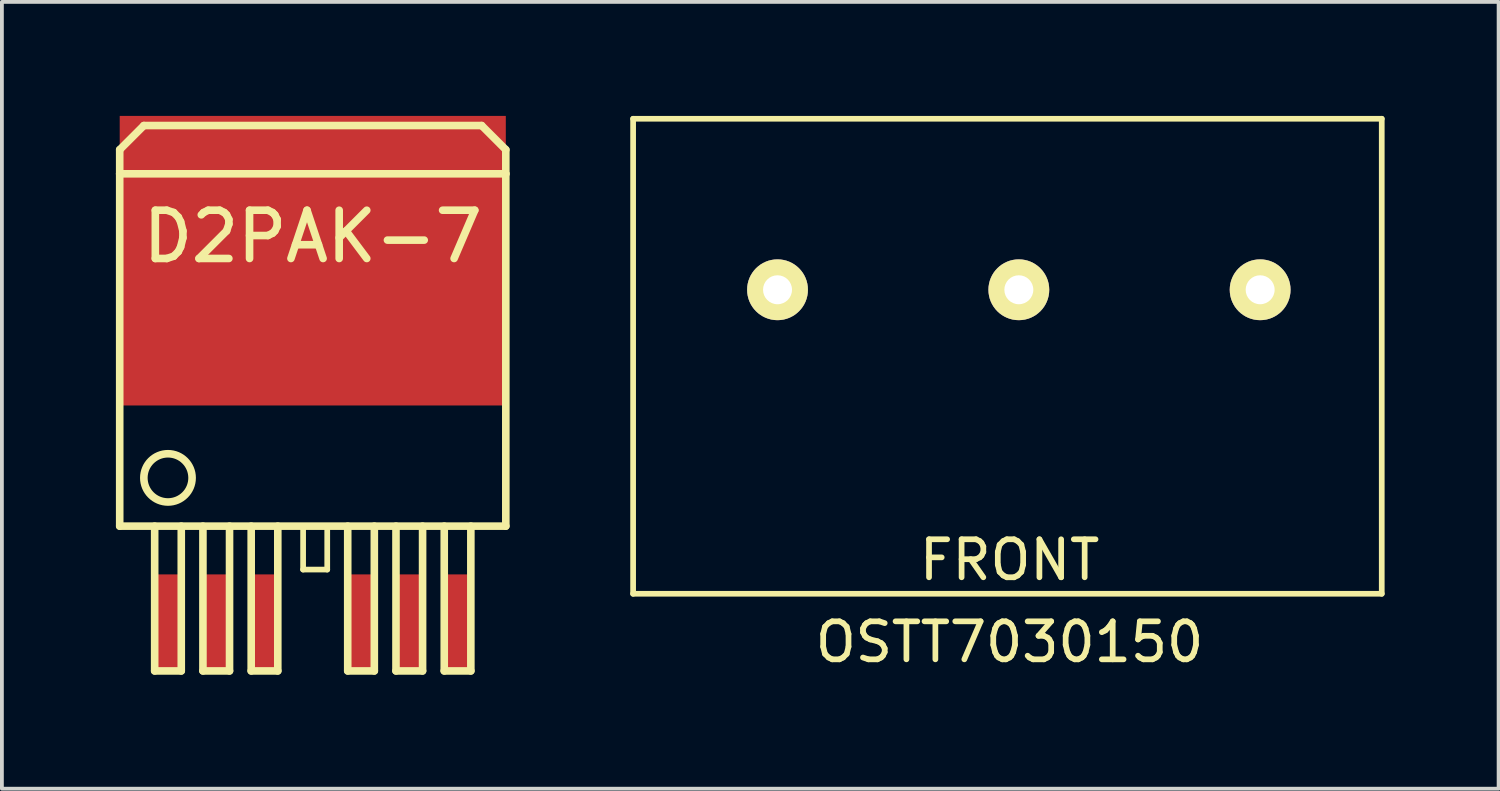
<source format=kicad_pcb>
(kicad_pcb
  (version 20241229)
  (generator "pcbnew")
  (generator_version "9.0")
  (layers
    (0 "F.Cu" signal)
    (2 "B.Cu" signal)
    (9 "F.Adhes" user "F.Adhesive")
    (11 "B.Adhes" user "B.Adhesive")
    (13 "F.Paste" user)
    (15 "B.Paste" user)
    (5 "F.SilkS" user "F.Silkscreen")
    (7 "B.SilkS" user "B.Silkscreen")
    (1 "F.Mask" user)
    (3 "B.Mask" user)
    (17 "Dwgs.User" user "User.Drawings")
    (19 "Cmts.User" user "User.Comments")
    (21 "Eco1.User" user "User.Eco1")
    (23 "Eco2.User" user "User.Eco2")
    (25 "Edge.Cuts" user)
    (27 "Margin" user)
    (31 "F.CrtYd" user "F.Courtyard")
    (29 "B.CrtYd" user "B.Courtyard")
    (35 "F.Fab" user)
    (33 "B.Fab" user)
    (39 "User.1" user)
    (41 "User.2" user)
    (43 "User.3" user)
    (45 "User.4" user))
  (footprint "OSTT7030150"
    (layer "F.Cu")
    (at 13.61 12.575)
    (property "Reference" "OSTT7030150" (at 9.906 1.27 0) (layer "F.SilkS") (effects (font (size 1 1) (thickness 0.15))))
    (attr through_hole)
    (fp_line (start 0 -12.5) (end 0 0) (stroke (width 0.15) (type solid)) (layer "F.SilkS"))
    (fp_line (start 0 -12.5) (end 19.7 -12.5) (stroke (width 0.15) (type solid)) (layer "F.SilkS"))
    (fp_line (start 0 0) (end 19.7 0) (stroke (width 0.15) (type solid)) (layer "F.SilkS"))
    (fp_line (start 19.7 0) (end 19.7 -12.5) (stroke (width 0.15) (type solid)) (layer "F.SilkS"))
    (fp_text user "FRONT" (at 9.906 -0.889 0) (layer "F.SilkS") (effects (font (size 1 1) (thickness 0.15))))
    (pad "1" thru_hole circle (at 3.8 -8) (size 1.6 1.6) (drill 0.762) (layers "*.Cu" "*.Mask" "F.SilkS"))
    (pad "2" thru_hole circle (at 10.15 -8) (size 1.6 1.6) (drill 0.762) (layers "*.Cu" "*.Mask" "F.SilkS"))
    (pad "3" thru_hole circle (at 16.5 -8) (size 1.6 1.6) (drill 0.762) (layers "*.Cu" "*.Mask" "F.SilkS")))
  (footprint "D2PAK-7"
    (layer "F.Cu")
    (at 5.18 13.335)
    (property "Reference" "D2PAK-7" (at 0 -10.16 0) (layer "F.SilkS") (effects (font (size 1.27 1.27) (thickness 0.2))))
    (attr smd)
    (fp_line (start -5.08 -12.446) (end -4.445 -13.081) (stroke (width 0.2) (type solid)) (layer "F.SilkS"))
    (fp_line (start -5.08 -11.811) (end -5.08 -12.446) (stroke (width 0.2) (type solid)) (layer "F.SilkS"))
    (fp_line (start -5.08 -11.811) (end -5.08 -2.54) (stroke (width 0.2) (type solid)) (layer "F.SilkS"))
    (fp_line (start -5.08 -2.54) (end 5.08 -2.54) (stroke (width 0.2) (type solid)) (layer "F.SilkS"))
    (fp_line (start -4.445 -13.081) (end 4.445 -13.081) (stroke (width 0.2) (type solid)) (layer "F.SilkS"))
    (fp_line (start -4.16 -2.54) (end -4.16 1.27) (stroke (width 0.2) (type solid)) (layer "F.SilkS"))
    (fp_line (start -4.16 1.27) (end -3.46 1.27) (stroke (width 0.2) (type solid)) (layer "F.SilkS"))
    (fp_line (start -3.46 1.27) (end -3.46 -2.54) (stroke (width 0.2) (type solid)) (layer "F.SilkS"))
    (fp_line (start -2.89 -2.54) (end -2.89 1.27) (stroke (width 0.2) (type solid)) (layer "F.SilkS"))
    (fp_line (start -2.89 1.27) (end -2.19 1.27) (stroke (width 0.2) (type solid)) (layer "F.SilkS"))
    (fp_line (start -2.19 1.27) (end -2.19 -2.54) (stroke (width 0.2) (type solid)) (layer "F.SilkS"))
    (fp_line (start -1.62 -2.54) (end -1.62 1.27) (stroke (width 0.2) (type solid)) (layer "F.SilkS"))
    (fp_line (start -1.62 1.27) (end -0.92 1.27) (stroke (width 0.2) (type solid)) (layer "F.SilkS"))
    (fp_line (start -0.92 1.27) (end -0.92 -2.54) (stroke (width 0.2) (type solid)) (layer "F.SilkS"))
    (fp_line (start -0.254 -1.397) (end -0.254 -2.54) (stroke (width 0.15) (type solid)) (layer "F.SilkS"))
    (fp_line (start -0.254 -1.397) (end 0.381 -1.397) (stroke (width 0.15) (type solid)) (layer "F.SilkS"))
    (fp_line (start 0.381 -1.397) (end 0.381 -2.54) (stroke (width 0.15) (type solid)) (layer "F.SilkS"))
    (fp_line (start 0.92 -2.54) (end 0.92 1.27) (stroke (width 0.2) (type solid)) (layer "F.SilkS"))
    (fp_line (start 0.92 1.27) (end 1.62 1.27) (stroke (width 0.2) (type solid)) (layer "F.SilkS"))
    (fp_line (start 1.62 1.27) (end 1.62 -2.54) (stroke (width 0.2) (type solid)) (layer "F.SilkS"))
    (fp_line (start 2.19 -2.54) (end 2.19 1.27) (stroke (width 0.2) (type solid)) (layer "F.SilkS"))
    (fp_line (start 2.19 1.27) (end 2.89 1.27) (stroke (width 0.2) (type solid)) (layer "F.SilkS"))
    (fp_line (start 2.89 1.27) (end 2.89 -2.54) (stroke (width 0.2) (type solid)) (layer "F.SilkS"))
    (fp_line (start 3.46 -2.54) (end 3.46 1.27) (stroke (width 0.2) (type solid)) (layer "F.SilkS"))
    (fp_line (start 3.46 1.27) (end 4.16 1.27) (stroke (width 0.2) (type solid)) (layer "F.SilkS"))
    (fp_line (start 4.16 1.27) (end 4.16 -2.54) (stroke (width 0.2) (type solid)) (layer "F.SilkS"))
    (fp_line (start 4.445 -13.081) (end 5.08 -12.446) (stroke (width 0.2) (type solid)) (layer "F.SilkS"))
    (fp_line (start 5.08 -12.446) (end 5.08 -11.811) (stroke (width 0.2) (type solid)) (layer "F.SilkS"))
    (fp_line (start 5.08 -11.811) (end -5.08 -11.811) (stroke (width 0.2) (type solid)) (layer "F.SilkS"))
    (fp_line (start 5.08 -2.54) (end 5.08 -11.811) (stroke (width 0.2) (type solid)) (layer "F.SilkS"))
    (fp_circle (center -3.81 -3.81) (end -4.445 -3.81) (stroke (width 0.2) (type solid)) (fill no) (layer "F.SilkS"))
    (pad "1" smd rect (at -3.81 0) (size 0.7 2.54) (layers "F.Cu" "F.Mask" "F.Paste"))
    (pad "2" smd rect (at -2.54 0) (size 0.7 2.54) (layers "F.Cu" "F.Mask" "F.Paste"))
    (pad "3" smd rect (at -1.27 0) (size 0.7 2.54) (layers "F.Cu" "F.Mask" "F.Paste"))
    (pad "4" smd rect (at 0 -9.525) (size 10.16 7.62) (layers "F.Cu" "F.Mask" "F.Paste"))
    (pad "5" smd rect (at 1.27 0) (size 0.7 2.54) (layers "F.Cu" "F.Mask" "F.Paste"))
    (pad "6" smd rect (at 2.54 0) (size 0.7 2.54) (layers "F.Cu" "F.Mask" "F.Paste"))
    (pad "7" smd rect (at 3.81 0) (size 0.7 2.54) (layers "F.Cu" "F.Mask" "F.Paste")))
  (gr_rect
    (start -3 -3)
    (end 36.385 17.705)
    (stroke (width 0.1) (type default))
    (fill no)
    (layer "Edge.Cuts")))
</source>
